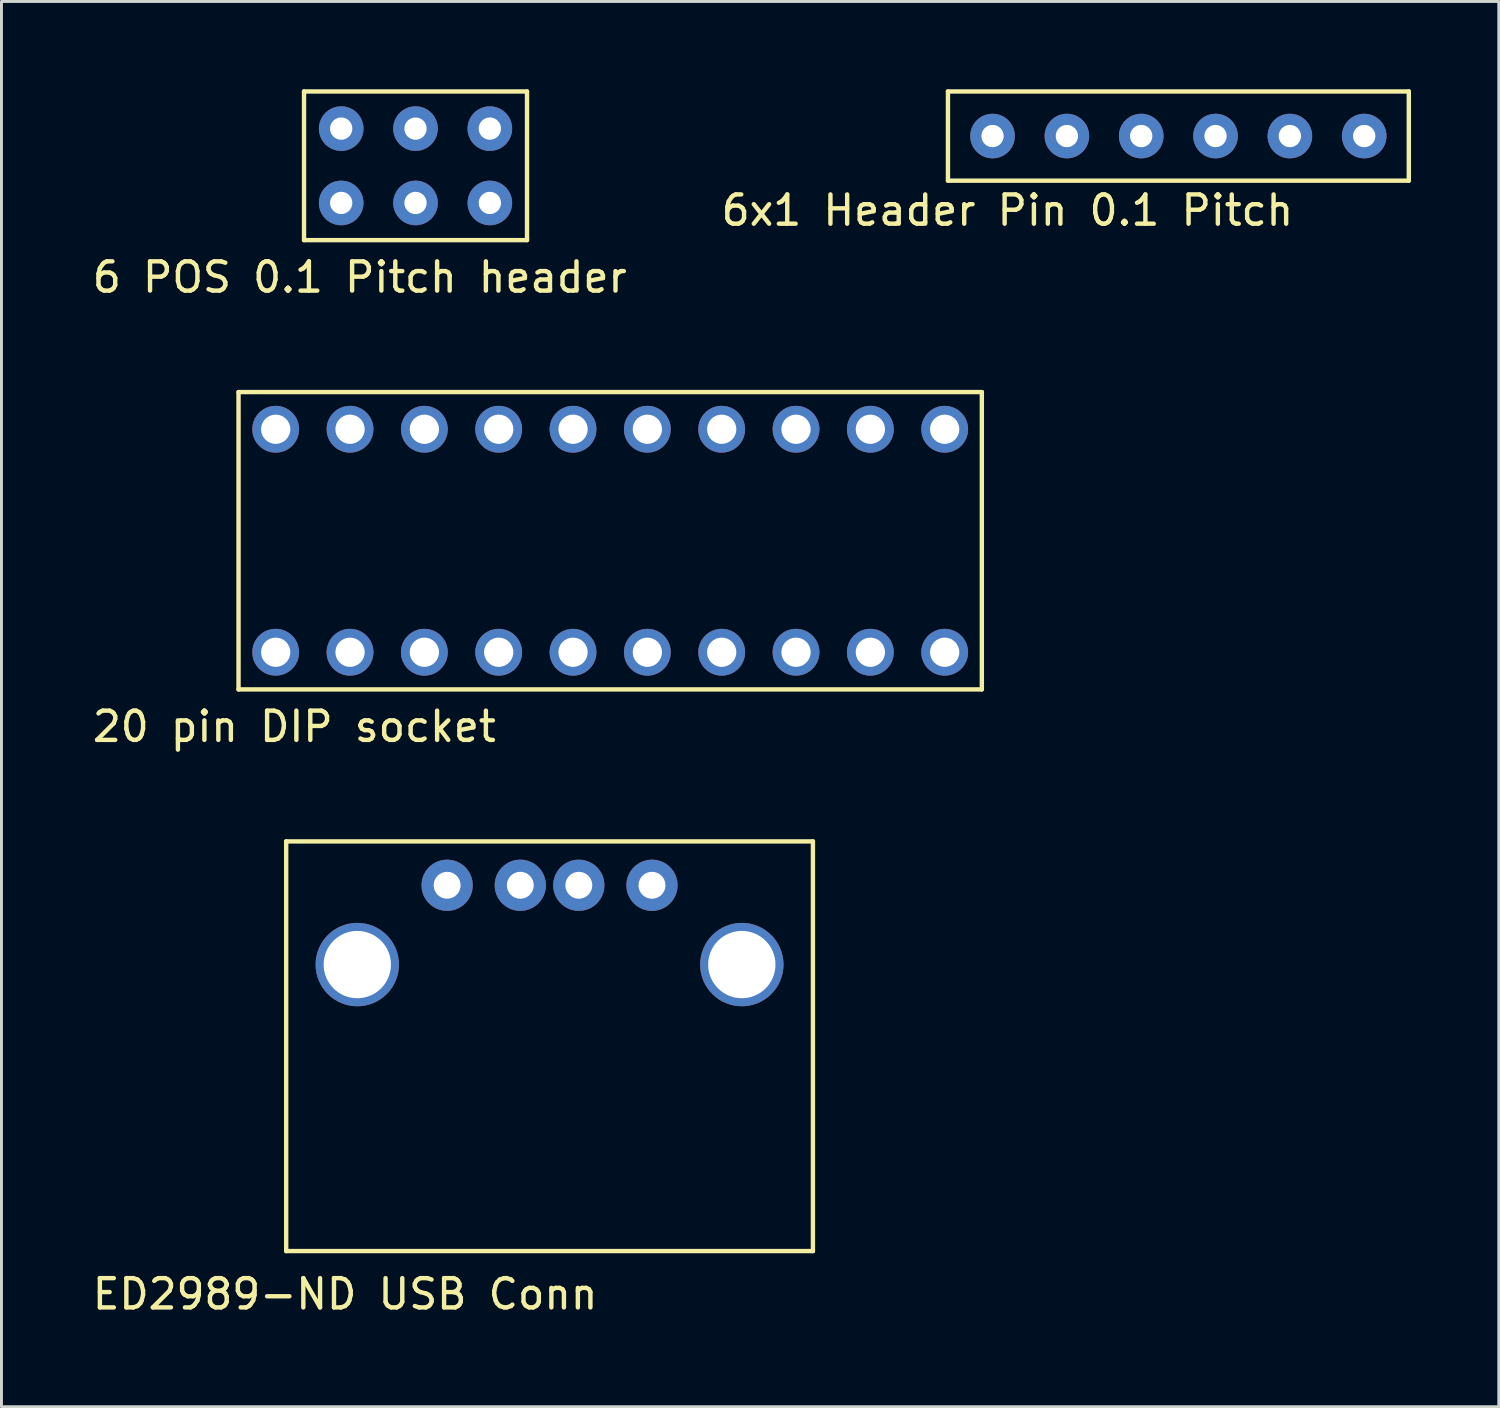
<source format=kicad_pcb>
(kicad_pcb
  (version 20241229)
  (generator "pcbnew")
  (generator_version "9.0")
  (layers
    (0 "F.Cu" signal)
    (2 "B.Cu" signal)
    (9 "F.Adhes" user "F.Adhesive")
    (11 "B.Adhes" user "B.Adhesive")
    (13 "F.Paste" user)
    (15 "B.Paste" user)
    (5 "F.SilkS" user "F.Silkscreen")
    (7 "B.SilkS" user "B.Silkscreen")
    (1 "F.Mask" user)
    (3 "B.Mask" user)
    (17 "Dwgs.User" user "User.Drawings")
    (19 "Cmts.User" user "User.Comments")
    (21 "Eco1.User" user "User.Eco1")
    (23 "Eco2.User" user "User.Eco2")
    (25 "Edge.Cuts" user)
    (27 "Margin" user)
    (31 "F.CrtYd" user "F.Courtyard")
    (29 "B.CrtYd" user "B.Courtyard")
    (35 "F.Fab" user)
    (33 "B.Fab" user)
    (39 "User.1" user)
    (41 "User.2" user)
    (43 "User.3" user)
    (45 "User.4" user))
  (footprint "20 pin DIP socket"
    (layer "F.Cu")
    (at 6.371 19.238)
    (property "Reference" "20 pin DIP socket" (at 0.635 2.54 0) (layer "F.SilkS") (effects (font (size 1 1) (thickness 0.15))))
    (attr through_hole)
    (fp_line (start -1.27 -8.89) (end -1.27 1.27) (stroke (width 0.15) (type solid)) (layer "F.SilkS"))
    (fp_line (start -1.27 1.27) (end 24.13 1.27) (stroke (width 0.15) (type solid)) (layer "F.SilkS"))
    (fp_line (start 24.13 -8.89) (end -1.27 -8.89) (stroke (width 0.15) (type solid)) (layer "F.SilkS"))
    (fp_line (start 24.13 1.27) (end 24.13 -8.89) (stroke (width 0.15) (type solid)) (layer "F.SilkS"))
    (pad "1" thru_hole circle (at 0 0) (size 1.6 1.6) (drill 1) (layers "*.Cu" "*.Mask"))
    (pad "2" thru_hole circle (at 2.54 0) (size 1.6 1.6) (drill 1) (layers "*.Cu" "*.Mask"))
    (pad "3" thru_hole circle (at 5.08 0) (size 1.6 1.6) (drill 1) (layers "*.Cu" "*.Mask"))
    (pad "4" thru_hole circle (at 7.62 0) (size 1.6 1.6) (drill 1) (layers "*.Cu" "*.Mask"))
    (pad "5" thru_hole circle (at 10.16 0) (size 1.6 1.6) (drill 1) (layers "*.Cu" "*.Mask"))
    (pad "6" thru_hole circle (at 12.7 0) (size 1.6 1.6) (drill 1) (layers "*.Cu" "*.Mask"))
    (pad "7" thru_hole circle (at 15.24 0) (size 1.6 1.6) (drill 1) (layers "*.Cu" "*.Mask"))
    (pad "8" thru_hole circle (at 17.78 0) (size 1.6 1.6) (drill 1) (layers "*.Cu" "*.Mask"))
    (pad "9" thru_hole circle (at 20.32 0) (size 1.6 1.6) (drill 1) (layers "*.Cu" "*.Mask"))
    (pad "10" thru_hole circle (at 22.86 0) (size 1.6 1.6) (drill 1) (layers "*.Cu" "*.Mask"))
    (pad "11" thru_hole circle (at 22.86 -7.62) (size 1.6 1.6) (drill 1) (layers "*.Cu" "*.Mask"))
    (pad "12" thru_hole circle (at 20.32 -7.62) (size 1.6 1.6) (drill 1) (layers "*.Cu" "*.Mask"))
    (pad "13" thru_hole circle (at 17.78 -7.62) (size 1.6 1.6) (drill 1) (layers "*.Cu" "*.Mask"))
    (pad "14" thru_hole circle (at 15.24 -7.62) (size 1.6 1.6) (drill 1) (layers "*.Cu" "*.Mask"))
    (pad "15" thru_hole circle (at 12.7 -7.62) (size 1.6 1.6) (drill 1) (layers "*.Cu" "*.Mask"))
    (pad "16" thru_hole circle (at 10.16 -7.62) (size 1.6 1.6) (drill 1) (layers "*.Cu" "*.Mask"))
    (pad "17" thru_hole circle (at 7.62 -7.62) (size 1.6 1.6) (drill 1) (layers "*.Cu" "*.Mask"))
    (pad "18" thru_hole circle (at 5.08 -7.62) (size 1.6 1.6) (drill 1) (layers "*.Cu" "*.Mask"))
    (pad "19" thru_hole circle (at 2.54 -7.62) (size 1.6 1.6) (drill 1) (layers "*.Cu" "*.Mask"))
    (pad "20" thru_hole circle (at 0 -7.62) (size 1.6 1.6) (drill 1) (layers "*.Cu" "*.Mask")))
  (footprint "ED2989-ND USB Conn"
    (layer "F.Cu")
    (at 15.729 27.201)
    (property "Reference" "ED2989-ND USB Conn" (at -6.985 13.97 0) (layer "F.SilkS") (effects (font (size 1 1) (thickness 0.15))))
    (attr through_hole)
    (fp_line (start -9 -1.5) (end -9 12.5) (stroke (width 0.15) (type solid)) (layer "F.SilkS"))
    (fp_line (start -9 12.5) (end 9 12.5) (stroke (width 0.15) (type solid)) (layer "F.SilkS"))
    (fp_line (start 9 -1.5) (end -9 -1.5) (stroke (width 0.15) (type solid)) (layer "F.SilkS"))
    (fp_line (start 9 12.5) (end 9 -1.5) (stroke (width 0.15) (type solid)) (layer "F.SilkS"))
    (pad "" np_thru_hole circle (at -6.57 2.71) (size 2.85 2.85) (drill 2.3) (layers "*.Cu" "*.Mask"))
    (pad "" np_thru_hole circle (at 6.57 2.71) (size 2.85 2.85) (drill 2.3) (layers "*.Cu" "*.Mask"))
    (pad "1" thru_hole circle (at -3.5 0) (size 1.75 1.75) (drill 0.92) (layers "*.Cu" "*.Mask"))
    (pad "2" thru_hole circle (at -1 0) (size 1.75 1.75) (drill 0.92) (layers "*.Cu" "*.Mask"))
    (pad "3" thru_hole circle (at 1 0) (size 1.75 1.75) (drill 0.92) (layers "*.Cu" "*.Mask"))
    (pad "4" thru_hole circle (at 3.5 0 90) (size 1.75 1.75) (drill 0.92) (layers "*.Cu" "*.Mask")))
  (footprint "6x1 Header Pin 0.1 Pitch"
    (layer "F.Cu")
    (at 30.867 1.599)
    (property "Reference" "6x1 Header Pin 0.1 Pitch" (at 0.508 2.54 0) (layer "F.SilkS") (effects (font (size 1 1) (thickness 0.15))))
    (attr through_hole)
    (fp_line (start -1.524 -1.524) (end -1.524 1.524) (stroke (width 0.15) (type solid)) (layer "F.SilkS"))
    (fp_line (start -1.524 1.524) (end 14.224 1.524) (stroke (width 0.15) (type solid)) (layer "F.SilkS"))
    (fp_line (start 14.224 -1.524) (end -1.524 -1.524) (stroke (width 0.15) (type solid)) (layer "F.SilkS"))
    (fp_line (start 14.224 1.524) (end 14.224 -1.524) (stroke (width 0.15) (type solid)) (layer "F.SilkS"))
    (pad "1" thru_hole circle (at 0 0) (size 1.524 1.524) (drill 0.762) (layers "*.Cu" "*.Mask"))
    (pad "2" thru_hole circle (at 2.54 0) (size 1.524 1.524) (drill 0.762) (layers "*.Cu" "*.Mask"))
    (pad "3" thru_hole circle (at 5.08 0) (size 1.524 1.524) (drill 0.762) (layers "*.Cu" "*.Mask"))
    (pad "4" thru_hole circle (at 7.62 0) (size 1.524 1.524) (drill 0.762) (layers "*.Cu" "*.Mask"))
    (pad "5" thru_hole circle (at 10.16 0) (size 1.524 1.524) (drill 0.762) (layers "*.Cu" "*.Mask"))
    (pad "6" thru_hole circle (at 12.7 0) (size 1.524 1.524) (drill 0.762) (layers "*.Cu" "*.Mask")))
  (footprint "6 POS 0.1 Pitch header"
    (layer "F.Cu")
    (at 8.609 3.885)
    (property "Reference" "6 POS 0.1 Pitch header" (at 0.635 2.54 0) (layer "F.SilkS") (effects (font (size 1 1) (thickness 0.15))))
    (attr through_hole)
    (fp_line (start -1.27 -3.81) (end 6.35 -3.81) (stroke (width 0.15) (type solid)) (layer "F.SilkS"))
    (fp_line (start -1.27 1.27) (end -1.27 -3.81) (stroke (width 0.15) (type solid)) (layer "F.SilkS"))
    (fp_line (start 6.35 -3.81) (end 6.35 1.27) (stroke (width 0.15) (type solid)) (layer "F.SilkS"))
    (fp_line (start 6.35 1.27) (end -1.27 1.27) (stroke (width 0.15) (type solid)) (layer "F.SilkS"))
    (pad "1" thru_hole circle (at 0 0) (size 1.524 1.524) (drill 0.762) (layers "*.Cu" "*.Mask"))
    (pad "2" thru_hole circle (at 0 -2.54) (size 1.524 1.524) (drill 0.762) (layers "*.Cu" "*.Mask"))
    (pad "3" thru_hole circle (at 2.54 0) (size 1.524 1.524) (drill 0.762) (layers "*.Cu" "*.Mask"))
    (pad "4" thru_hole circle (at 2.54 -2.54) (size 1.524 1.524) (drill 0.762) (layers "*.Cu" "*.Mask"))
    (pad "5" thru_hole circle (at 5.08 0) (size 1.524 1.524) (drill 0.762) (layers "*.Cu" "*.Mask"))
    (pad "6" thru_hole circle (at 5.08 -2.54) (size 1.524 1.524) (drill 0.762) (layers "*.Cu" "*.Mask")))
  (gr_rect
    (start -3 -3)
    (end 48.166 45.02)
    (stroke (width 0.1) (type default))
    (fill no)
    (layer "Edge.Cuts")))
</source>
